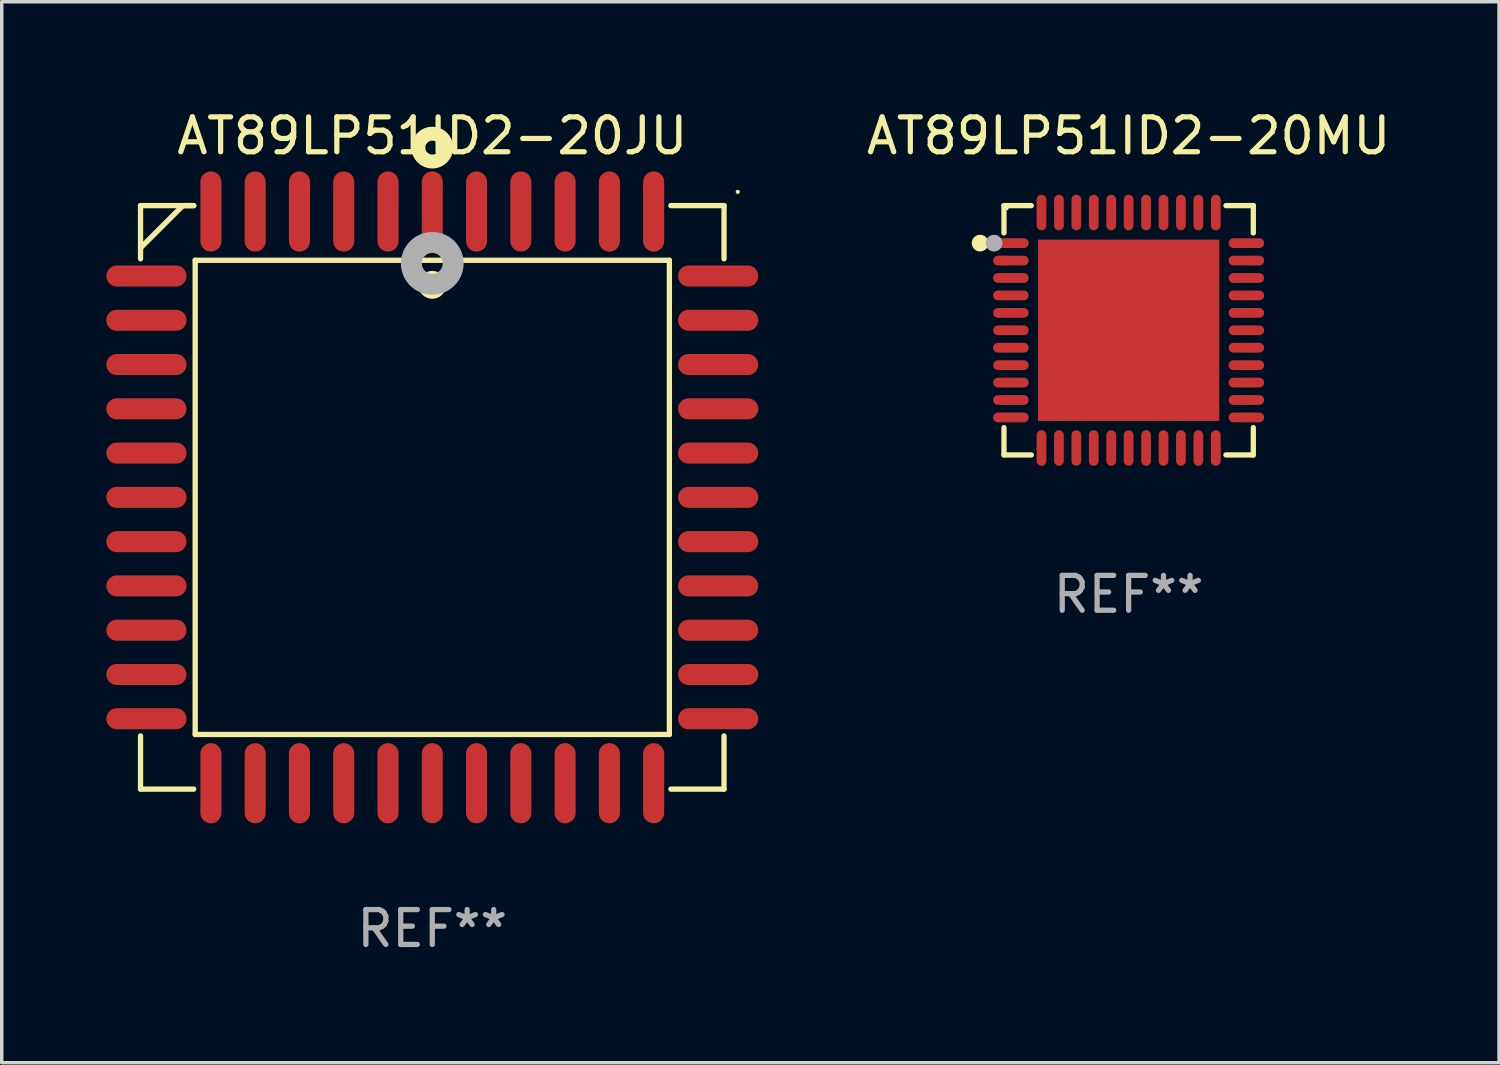
<source format=kicad_pcb>
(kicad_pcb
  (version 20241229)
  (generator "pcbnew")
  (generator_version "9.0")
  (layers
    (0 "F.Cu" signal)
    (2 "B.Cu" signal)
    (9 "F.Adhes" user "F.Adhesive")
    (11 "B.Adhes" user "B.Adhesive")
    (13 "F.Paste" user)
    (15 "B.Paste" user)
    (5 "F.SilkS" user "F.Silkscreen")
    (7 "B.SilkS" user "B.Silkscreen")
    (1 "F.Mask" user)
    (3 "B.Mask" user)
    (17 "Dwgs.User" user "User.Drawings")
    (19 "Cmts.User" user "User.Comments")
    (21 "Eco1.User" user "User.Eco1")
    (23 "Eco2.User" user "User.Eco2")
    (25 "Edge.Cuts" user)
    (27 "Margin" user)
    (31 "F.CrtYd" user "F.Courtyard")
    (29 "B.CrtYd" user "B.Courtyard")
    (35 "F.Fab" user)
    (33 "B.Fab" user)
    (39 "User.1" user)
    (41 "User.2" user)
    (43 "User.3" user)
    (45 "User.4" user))
  (footprint "AT89LP51ID2-20JU"
    (layer "F.Cu")
    (at 9.35 11.217)
    (property "Reference" "AT89LP51ID2-20JU" (at 0 -10.369 0) (layer "F.SilkS") (effects (font (size 1 1) (thickness 0.15))))
    (attr through_hole)
    (fp_line (start -8.369 -8.369) (end -8.369 -6.843) (stroke (width 0.152) (type solid)) (layer "F.SilkS"))
    (fp_line (start -8.369 8.369) (end -8.369 6.843) (stroke (width 0.152) (type solid)) (layer "F.SilkS"))
    (fp_line (start -7.156 -8.369) (end -8.369 -7.156) (stroke (width 0.152) (type solid)) (layer "F.SilkS"))
    (fp_line (start -6.843 -8.369) (end -8.369 -8.369) (stroke (width 0.152) (type solid)) (layer "F.SilkS"))
    (fp_line (start -6.843 -8.369) (end -7.156 -8.369) (stroke (width 0.152) (type solid)) (layer "F.SilkS"))
    (fp_line (start -6.843 8.369) (end -8.369 8.369) (stroke (width 0.152) (type solid)) (layer "F.SilkS"))
    (fp_line (start -6.801 -6.801) (end 6.801 -6.801) (stroke (width 0.152) (type solid)) (layer "F.SilkS"))
    (fp_line (start -6.801 6.801) (end -6.801 -6.801) (stroke (width 0.152) (type solid)) (layer "F.SilkS"))
    (fp_line (start 6.801 -6.801) (end 6.801 6.801) (stroke (width 0.152) (type solid)) (layer "F.SilkS"))
    (fp_line (start 6.801 6.801) (end -6.801 6.801) (stroke (width 0.152) (type solid)) (layer "F.SilkS"))
    (fp_line (start 6.843 -8.369) (end 8.369 -8.369) (stroke (width 0.152) (type solid)) (layer "F.SilkS"))
    (fp_line (start 6.843 8.369) (end 8.369 8.369) (stroke (width 0.152) (type solid)) (layer "F.SilkS"))
    (fp_line (start 8.369 -8.369) (end 8.369 -6.843) (stroke (width 0.152) (type solid)) (layer "F.SilkS"))
    (fp_line (start 8.369 8.369) (end 8.369 6.843) (stroke (width 0.152) (type solid)) (layer "F.SilkS"))
    (fp_circle (center -0.000013 -6.096) (end 0.2 -6.096) (stroke (width 0.4) (type solid)) (fill no) (layer "F.SilkS"))
    (fp_circle (center 0.000114 -10.033) (end 0.2 -10.033) (stroke (width 0.4) (type solid)) (fill no) (layer "F.SilkS"))
    (fp_circle (center 8.763 -8.763) (end 8.793 -8.763) (stroke (width 0.06) (type solid)) (fill no) (layer "F.SilkS"))
    (fp_circle (center 0.000114 -6.712) (end 0.3 -6.712) (stroke (width 0.6) (type solid)) (fill no) (layer "F.Fab"))
    (fp_text user "REF**" (at 0 12.369 0) (layer "F.Fab") (effects (font (size 1 1) (thickness 0.15))))
    (pad "1" smd oval (at 0.000114 -8.2) (size 0.604 2.3) (layers "F.Cu" "F.Mask" "F.Paste"))
    (pad "2" smd oval (at -1.27 -8.2) (size 0.604 2.3) (layers "F.Cu" "F.Mask" "F.Paste"))
    (pad "3" smd oval (at -2.54 -8.2) (size 0.604 2.3) (layers "F.Cu" "F.Mask" "F.Paste"))
    (pad "4" smd oval (at -3.81 -8.2) (size 0.604 2.3) (layers "F.Cu" "F.Mask" "F.Paste"))
    (pad "5" smd oval (at -5.08 -8.2) (size 0.604 2.3) (layers "F.Cu" "F.Mask" "F.Paste"))
    (pad "6" smd oval (at -6.35 -8.2) (size 0.604 2.3) (layers "F.Cu" "F.Mask" "F.Paste"))
    (pad "7" smd oval (at -8.2 -6.35) (size 2.3 0.604) (layers "F.Cu" "F.Mask" "F.Paste"))
    (pad "8" smd oval (at -8.2 -5.08) (size 2.3 0.604) (layers "F.Cu" "F.Mask" "F.Paste"))
    (pad "9" smd oval (at -8.2 -3.81) (size 2.3 0.604) (layers "F.Cu" "F.Mask" "F.Paste"))
    (pad "10" smd oval (at -8.2 -2.54) (size 2.3 0.604) (layers "F.Cu" "F.Mask" "F.Paste"))
    (pad "11" smd oval (at -8.2 -1.27) (size 2.3 0.604) (layers "F.Cu" "F.Mask" "F.Paste"))
    (pad "12" smd oval (at -8.2 0.000127) (size 2.3 0.604) (layers "F.Cu" "F.Mask" "F.Paste"))
    (pad "13" smd oval (at -8.2 1.27) (size 2.3 0.604) (layers "F.Cu" "F.Mask" "F.Paste"))
    (pad "14" smd oval (at -8.2 2.54) (size 2.3 0.604) (layers "F.Cu" "F.Mask" "F.Paste"))
    (pad "15" smd oval (at -8.2 3.81) (size 2.3 0.604) (layers "F.Cu" "F.Mask" "F.Paste"))
    (pad "16" smd oval (at -8.2 5.08) (size 2.3 0.604) (layers "F.Cu" "F.Mask" "F.Paste"))
    (pad "17" smd oval (at -8.2 6.35) (size 2.3 0.604) (layers "F.Cu" "F.Mask" "F.Paste"))
    (pad "18" smd oval (at -6.35 8.2) (size 0.604 2.3) (layers "F.Cu" "F.Mask" "F.Paste"))
    (pad "19" smd oval (at -5.08 8.2) (size 0.604 2.3) (layers "F.Cu" "F.Mask" "F.Paste"))
    (pad "20" smd oval (at -3.81 8.2) (size 0.604 2.3) (layers "F.Cu" "F.Mask" "F.Paste"))
    (pad "21" smd oval (at -2.54 8.2) (size 0.604 2.3) (layers "F.Cu" "F.Mask" "F.Paste"))
    (pad "22" smd oval (at -1.27 8.2) (size 0.604 2.3) (layers "F.Cu" "F.Mask" "F.Paste"))
    (pad "23" smd oval (at 0.000114 8.2) (size 0.604 2.3) (layers "F.Cu" "F.Mask" "F.Paste"))
    (pad "24" smd oval (at 1.27 8.2) (size 0.604 2.3) (layers "F.Cu" "F.Mask" "F.Paste"))
    (pad "25" smd oval (at 2.54 8.2) (size 0.604 2.3) (layers "F.Cu" "F.Mask" "F.Paste"))
    (pad "26" smd oval (at 3.81 8.2) (size 0.604 2.3) (layers "F.Cu" "F.Mask" "F.Paste"))
    (pad "27" smd oval (at 5.08 8.2) (size 0.604 2.3) (layers "F.Cu" "F.Mask" "F.Paste"))
    (pad "28" smd oval (at 6.35 8.2) (size 0.604 2.3) (layers "F.Cu" "F.Mask" "F.Paste"))
    (pad "29" smd oval (at 8.2 6.35) (size 2.3 0.604) (layers "F.Cu" "F.Mask" "F.Paste"))
    (pad "30" smd oval (at 8.2 5.08) (size 2.3 0.604) (layers "F.Cu" "F.Mask" "F.Paste"))
    (pad "31" smd oval (at 8.2 3.81) (size 2.3 0.604) (layers "F.Cu" "F.Mask" "F.Paste"))
    (pad "32" smd oval (at 8.2 2.54) (size 2.3 0.604) (layers "F.Cu" "F.Mask" "F.Paste"))
    (pad "33" smd oval (at 8.2 1.27) (size 2.3 0.604) (layers "F.Cu" "F.Mask" "F.Paste"))
    (pad "34" smd oval (at 8.2 0.000127) (size 2.3 0.604) (layers "F.Cu" "F.Mask" "F.Paste"))
    (pad "35" smd oval (at 8.2 -1.27) (size 2.3 0.604) (layers "F.Cu" "F.Mask" "F.Paste"))
    (pad "36" smd oval (at 8.2 -2.54) (size 2.3 0.604) (layers "F.Cu" "F.Mask" "F.Paste"))
    (pad "37" smd oval (at 8.2 -3.81) (size 2.3 0.604) (layers "F.Cu" "F.Mask" "F.Paste"))
    (pad "38" smd oval (at 8.2 -5.08) (size 2.3 0.604) (layers "F.Cu" "F.Mask" "F.Paste"))
    (pad "39" smd oval (at 8.2 -6.35) (size 2.3 0.604) (layers "F.Cu" "F.Mask" "F.Paste"))
    (pad "40" smd oval (at 6.35 -8.2) (size 0.604 2.3) (layers "F.Cu" "F.Mask" "F.Paste"))
    (pad "41" smd oval (at 5.08 -8.2) (size 0.604 2.3) (layers "F.Cu" "F.Mask" "F.Paste"))
    (pad "42" smd oval (at 3.81 -8.2) (size 0.604 2.3) (layers "F.Cu" "F.Mask" "F.Paste"))
    (pad "43" smd oval (at 2.54 -8.2) (size 0.604 2.3) (layers "F.Cu" "F.Mask" "F.Paste"))
    (pad "44" smd oval (at 1.27 -8.2) (size 0.604 2.3) (layers "F.Cu" "F.Mask" "F.Paste")))
  (footprint "AT89LP51ID2-20MU"
    (layer "F.Cu")
    (at 29.325 6.424)
    (property "Reference" "AT89LP51ID2-20MU" (at 0 -5.576 0) (layer "F.SilkS") (effects (font (size 1 1) (thickness 0.15))))
    (attr through_hole)
    (fp_line (start -3.576 -3.576) (end -2.792 -3.576) (stroke (width 0.152) (type solid)) (layer "F.SilkS"))
    (fp_line (start -3.576 -2.792) (end -3.576 -3.576) (stroke (width 0.152) (type solid)) (layer "F.SilkS"))
    (fp_line (start -3.576 2.792) (end -3.576 3.576) (stroke (width 0.152) (type solid)) (layer "F.SilkS"))
    (fp_line (start -3.576 3.576) (end -2.792 3.576) (stroke (width 0.152) (type solid)) (layer "F.SilkS"))
    (fp_line (start 3.576 -3.576) (end 2.792 -3.576) (stroke (width 0.152) (type solid)) (layer "F.SilkS"))
    (fp_line (start 3.576 -2.792) (end 3.576 -3.576) (stroke (width 0.152) (type solid)) (layer "F.SilkS"))
    (fp_line (start 3.576 2.792) (end 3.576 3.576) (stroke (width 0.152) (type solid)) (layer "F.SilkS"))
    (fp_line (start 3.576 3.576) (end 2.792 3.576) (stroke (width 0.152) (type solid)) (layer "F.SilkS"))
    (fp_circle (center -4.261 -2.5) (end -4.141 -2.5) (stroke (width 0.24) (type solid)) (fill no) (layer "F.SilkS"))
    (fp_circle (center -3.5 -3.5) (end -3.47 -3.5) (stroke (width 0.06) (type solid)) (fill no) (layer "F.SilkS"))
    (fp_circle (center -3.861 -2.5) (end -3.741 -2.5) (stroke (width 0.24) (type solid)) (fill no) (layer "F.Fab"))
    (fp_text user "REF**" (at 0 7.576 0) (layer "F.Fab") (effects (font (size 1 1) (thickness 0.15))))
    (pad "1" smd oval (at -3.377 -2.5) (size 1.02 0.28) (layers "F.Cu" "F.Mask" "F.Paste"))
    (pad "2" smd oval (at -3.377 -2) (size 1.02 0.28) (layers "F.Cu" "F.Mask" "F.Paste"))
    (pad "3" smd oval (at -3.377 -1.5) (size 1.02 0.28) (layers "F.Cu" "F.Mask" "F.Paste"))
    (pad "4" smd oval (at -3.377 -1) (size 1.02 0.28) (layers "F.Cu" "F.Mask" "F.Paste"))
    (pad "5" smd oval (at -3.377 -0.5) (size 1.02 0.28) (layers "F.Cu" "F.Mask" "F.Paste"))
    (pad "6" smd oval (at -3.377 0) (size 1.02 0.28) (layers "F.Cu" "F.Mask" "F.Paste"))
    (pad "7" smd oval (at -3.377 0.5) (size 1.02 0.28) (layers "F.Cu" "F.Mask" "F.Paste"))
    (pad "8" smd oval (at -3.377 1) (size 1.02 0.28) (layers "F.Cu" "F.Mask" "F.Paste"))
    (pad "9" smd oval (at -3.377 1.5) (size 1.02 0.28) (layers "F.Cu" "F.Mask" "F.Paste"))
    (pad "10" smd oval (at -3.377 2) (size 1.02 0.28) (layers "F.Cu" "F.Mask" "F.Paste"))
    (pad "11" smd oval (at -3.377 2.5) (size 1.02 0.28) (layers "F.Cu" "F.Mask" "F.Paste"))
    (pad "12" smd oval (at -2.5 3.377) (size 0.28 1.02) (layers "F.Cu" "F.Mask" "F.Paste"))
    (pad "13" smd oval (at -2 3.377) (size 0.28 1.02) (layers "F.Cu" "F.Mask" "F.Paste"))
    (pad "14" smd oval (at -1.5 3.377) (size 0.28 1.02) (layers "F.Cu" "F.Mask" "F.Paste"))
    (pad "15" smd oval (at -1 3.377) (size 0.28 1.02) (layers "F.Cu" "F.Mask" "F.Paste"))
    (pad "16" smd oval (at -0.5 3.377) (size 0.28 1.02) (layers "F.Cu" "F.Mask" "F.Paste"))
    (pad "17" smd oval (at 0 3.377) (size 0.28 1.02) (layers "F.Cu" "F.Mask" "F.Paste"))
    (pad "18" smd oval (at 0.5 3.377) (size 0.28 1.02) (layers "F.Cu" "F.Mask" "F.Paste"))
    (pad "19" smd oval (at 1 3.377) (size 0.28 1.02) (layers "F.Cu" "F.Mask" "F.Paste"))
    (pad "20" smd oval (at 1.5 3.377) (size 0.28 1.02) (layers "F.Cu" "F.Mask" "F.Paste"))
    (pad "21" smd oval (at 2 3.377) (size 0.28 1.02) (layers "F.Cu" "F.Mask" "F.Paste"))
    (pad "22" smd oval (at 2.5 3.377) (size 0.28 1.02) (layers "F.Cu" "F.Mask" "F.Paste"))
    (pad "23" smd oval (at 3.377 2.5) (size 1.02 0.28) (layers "F.Cu" "F.Mask" "F.Paste"))
    (pad "24" smd oval (at 3.377 2) (size 1.02 0.28) (layers "F.Cu" "F.Mask" "F.Paste"))
    (pad "25" smd oval (at 3.377 1.5) (size 1.02 0.28) (layers "F.Cu" "F.Mask" "F.Paste"))
    (pad "26" smd oval (at 3.377 1) (size 1.02 0.28) (layers "F.Cu" "F.Mask" "F.Paste"))
    (pad "27" smd oval (at 3.377 0.5) (size 1.02 0.28) (layers "F.Cu" "F.Mask" "F.Paste"))
    (pad "28" smd oval (at 3.377 0) (size 1.02 0.28) (layers "F.Cu" "F.Mask" "F.Paste"))
    (pad "29" smd oval (at 3.377 -0.5) (size 1.02 0.28) (layers "F.Cu" "F.Mask" "F.Paste"))
    (pad "30" smd oval (at 3.377 -1) (size 1.02 0.28) (layers "F.Cu" "F.Mask" "F.Paste"))
    (pad "31" smd oval (at 3.377 -1.5) (size 1.02 0.28) (layers "F.Cu" "F.Mask" "F.Paste"))
    (pad "32" smd oval (at 3.377 -2) (size 1.02 0.28) (layers "F.Cu" "F.Mask" "F.Paste"))
    (pad "33" smd oval (at 3.377 -2.5) (size 1.02 0.28) (layers "F.Cu" "F.Mask" "F.Paste"))
    (pad "34" smd oval (at 2.5 -3.377) (size 0.28 1.02) (layers "F.Cu" "F.Mask" "F.Paste"))
    (pad "35" smd oval (at 2 -3.377) (size 0.28 1.02) (layers "F.Cu" "F.Mask" "F.Paste"))
    (pad "36" smd oval (at 1.5 -3.377) (size 0.28 1.02) (layers "F.Cu" "F.Mask" "F.Paste"))
    (pad "37" smd oval (at 1 -3.377) (size 0.28 1.02) (layers "F.Cu" "F.Mask" "F.Paste"))
    (pad "38" smd oval (at 0.5 -3.377) (size 0.28 1.02) (layers "F.Cu" "F.Mask" "F.Paste"))
    (pad "39" smd oval (at 0 -3.377) (size 0.28 1.02) (layers "F.Cu" "F.Mask" "F.Paste"))
    (pad "40" smd oval (at -0.5 -3.377) (size 0.28 1.02) (layers "F.Cu" "F.Mask" "F.Paste"))
    (pad "41" smd oval (at -1 -3.377) (size 0.28 1.02) (layers "F.Cu" "F.Mask" "F.Paste"))
    (pad "42" smd oval (at -1.5 -3.377) (size 0.28 1.02) (layers "F.Cu" "F.Mask" "F.Paste"))
    (pad "43" smd oval (at -2 -3.377) (size 0.28 1.02) (layers "F.Cu" "F.Mask" "F.Paste"))
    (pad "44" smd oval (at -2.5 -3.377) (size 0.28 1.02) (layers "F.Cu" "F.Mask" "F.Paste"))
    (pad "45" smd rect (at 0 0) (size 5.2 5.2) (layers "F.Cu" "F.Mask" "F.Paste")))
  (gr_rect
    (start -3 -3)
    (end 39.95 27.435)
    (stroke (width 0.1) (type default))
    (fill no)
    (layer "Edge.Cuts")))
</source>
